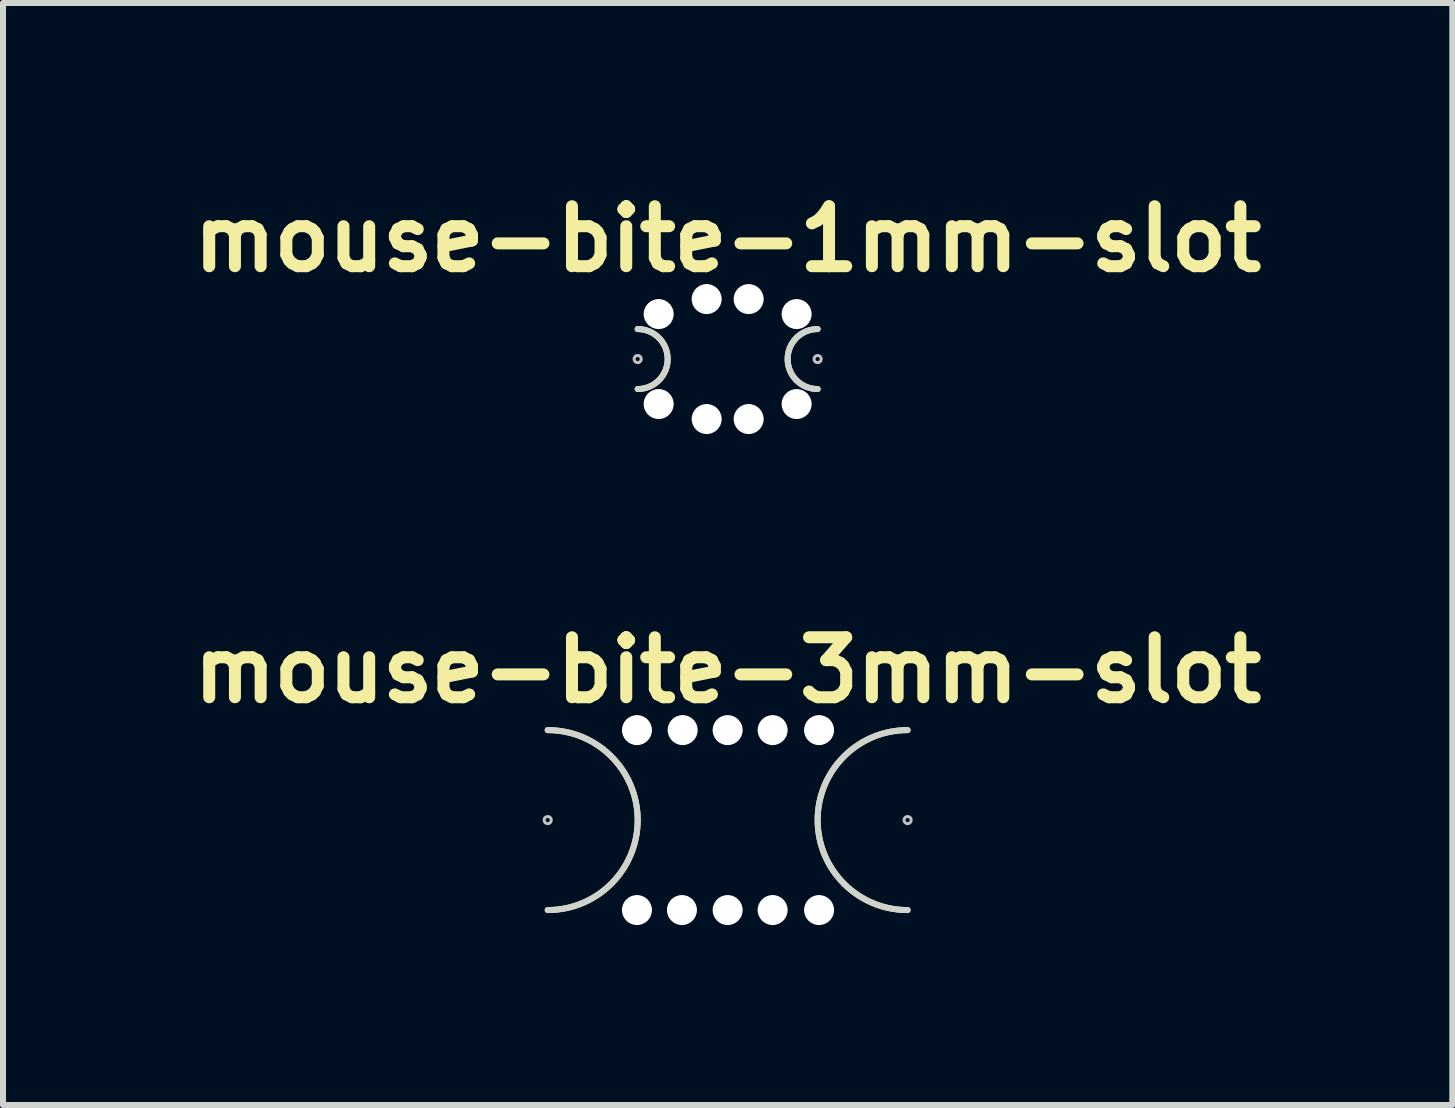
<source format=kicad_pcb>
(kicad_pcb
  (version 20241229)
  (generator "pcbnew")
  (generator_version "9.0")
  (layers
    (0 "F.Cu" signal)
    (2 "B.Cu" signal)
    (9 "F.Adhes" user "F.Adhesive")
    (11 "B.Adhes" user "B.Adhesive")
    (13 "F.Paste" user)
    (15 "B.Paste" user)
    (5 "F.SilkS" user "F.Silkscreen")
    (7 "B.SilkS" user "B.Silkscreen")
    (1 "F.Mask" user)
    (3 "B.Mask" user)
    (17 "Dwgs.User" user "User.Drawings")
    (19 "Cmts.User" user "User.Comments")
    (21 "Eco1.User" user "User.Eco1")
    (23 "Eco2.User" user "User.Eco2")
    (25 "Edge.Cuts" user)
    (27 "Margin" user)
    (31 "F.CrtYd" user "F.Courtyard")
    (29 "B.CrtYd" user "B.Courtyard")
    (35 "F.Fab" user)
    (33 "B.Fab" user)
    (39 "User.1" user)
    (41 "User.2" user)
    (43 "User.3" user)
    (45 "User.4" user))
  (footprint "mouse-bite-1mm-slot"
    (layer "F.Cu")
    (at 9.081 2.936)
    (property "Reference" "mouse-bite-1mm-slot" (at 0 -2 0) (layer "F.SilkS") (effects (font (size 1 1) (thickness 0.2))))
    (attr through_hole)
    (fp_arc (start -1.5 -0.5) (mid -1 0) (end -1.5 0.5) (stroke (width 0.1) (type solid)) (layer "F.SilkS"))
    (fp_arc (start 1.5 0.5) (mid 1 0) (end 1.5 -0.5) (stroke (width 0.1) (type solid)) (layer "F.SilkS"))
    (fp_circle (center -1.5 0) (end -1.44 0) (stroke (width 0.05) (type solid)) (fill no) (layer "Dwgs.User"))
    (fp_circle (center 1.5 0) (end 1.56 0) (stroke (width 0.05) (type solid)) (fill no) (layer "Dwgs.User"))
    (fp_line (start -1.5 0) (end -1.5 0) (stroke (width 1) (type solid)) (layer "Eco1.User"))
    (fp_line (start 1.5 0) (end 1.5 0) (stroke (width 1) (type solid)) (layer "Eco1.User"))
    (fp_arc (start -1.5 -0.5) (mid -1 0) (end -1.5 0.5) (stroke (width 0.1) (type solid)) (layer "Edge.Cuts"))
    (fp_arc (start 1.5 0.5) (mid 1 0) (end 1.5 -0.5) (stroke (width 0.1) (type solid)) (layer "Edge.Cuts"))
    (pad "" np_thru_hole circle (at -1.15 -0.75) (size 0.5 0.5) (drill 0.5) (layers "*.Cu" "*.Mask"))
    (pad "" np_thru_hole circle (at -1.15 0.75) (size 0.5 0.5) (drill 0.5) (layers "*.Cu" "*.Mask"))
    (pad "" np_thru_hole circle (at -0.35 -1) (size 0.5 0.5) (drill 0.5) (layers "*.Cu" "*.Mask"))
    (pad "" np_thru_hole circle (at -0.35 1) (size 0.5 0.5) (drill 0.5) (layers "*.Cu" "*.Mask"))
    (pad "" np_thru_hole circle (at 0.35 -1) (size 0.5 0.5) (drill 0.5) (layers "*.Cu" "*.Mask"))
    (pad "" np_thru_hole circle (at 0.35 1) (size 0.5 0.5) (drill 0.5) (layers "*.Cu" "*.Mask"))
    (pad "" np_thru_hole circle (at 1.15 -0.75) (size 0.5 0.5) (drill 0.5) (layers "*.Cu" "*.Mask"))
    (pad "" np_thru_hole circle (at 1.15 0.75) (size 0.5 0.5) (drill 0.5) (layers "*.Cu" "*.Mask")))
  (footprint "mouse-bite-3mm-slot"
    (layer "F.Cu")
    (at 9.081 10.622)
    (property "Reference" "mouse-bite-3mm-slot" (at 0 -2.5 0) (layer "F.SilkS") (effects (font (size 1 1) (thickness 0.2))))
    (attr through_hole)
    (fp_arc (start -3 -1.5) (mid -1.5 0) (end -3 1.5) (stroke (width 0.1) (type solid)) (layer "F.SilkS"))
    (fp_arc (start 3 1.5) (mid 1.5 0) (end 3 -1.5) (stroke (width 0.1) (type solid)) (layer "F.SilkS"))
    (fp_circle (center -3 0) (end -3 -0.06) (stroke (width 0.05) (type solid)) (fill no) (layer "Dwgs.User"))
    (fp_circle (center 3 0) (end 3.06 0) (stroke (width 0.05) (type solid)) (fill no) (layer "Dwgs.User"))
    (fp_line (start -3 0) (end -3 0) (stroke (width 3) (type solid)) (layer "Eco1.User"))
    (fp_line (start 3 0) (end 3 0) (stroke (width 3) (type solid)) (layer "Eco1.User"))
    (fp_arc (start -3 -1.5) (mid -1.5 0) (end -3 1.5) (stroke (width 0.1) (type solid)) (layer "Edge.Cuts"))
    (fp_arc (start 3 1.5) (mid 1.5 0) (end 3 -1.5) (stroke (width 0.1) (type solid)) (layer "Edge.Cuts"))
    (pad "" np_thru_hole circle (at -1.512 -1.5) (size 0.5 0.5) (drill 0.5) (layers "*.Cu" "*.Mask"))
    (pad "" np_thru_hole circle (at -1.512 1.5) (size 0.5 0.5) (drill 0.5) (layers "*.Cu" "*.Mask"))
    (pad "" np_thru_hole circle (at -0.762 1.5) (size 0.5 0.5) (drill 0.5) (layers "*.Cu" "*.Mask"))
    (pad "" np_thru_hole circle (at -0.75 -1.5) (size 0.5 0.5) (drill 0.5) (layers "*.Cu" "*.Mask"))
    (pad "" np_thru_hole circle (at 0 -1.5) (size 0.5 0.5) (drill 0.5) (layers "*.Cu" "*.Mask"))
    (pad "" np_thru_hole circle (at 0 1.5) (size 0.5 0.5) (drill 0.5) (layers "*.Cu" "*.Mask"))
    (pad "" np_thru_hole circle (at 0.75 -1.5) (size 0.5 0.5) (drill 0.5) (layers "*.Cu" "*.Mask"))
    (pad "" np_thru_hole circle (at 0.75 1.5) (size 0.5 0.5) (drill 0.5) (layers "*.Cu" "*.Mask"))
    (pad "" np_thru_hole circle (at 1.524 -1.5) (size 0.5 0.5) (drill 0.5) (layers "*.Cu" "*.Mask"))
    (pad "" np_thru_hole circle (at 1.524 1.5) (size 0.5 0.5) (drill 0.5) (layers "*.Cu" "*.Mask")))
  (gr_rect
    (start -3 -3)
    (end 21.162 15.372)
    (stroke (width 0.1) (type default))
    (fill no)
    (layer "Edge.Cuts")))
</source>
